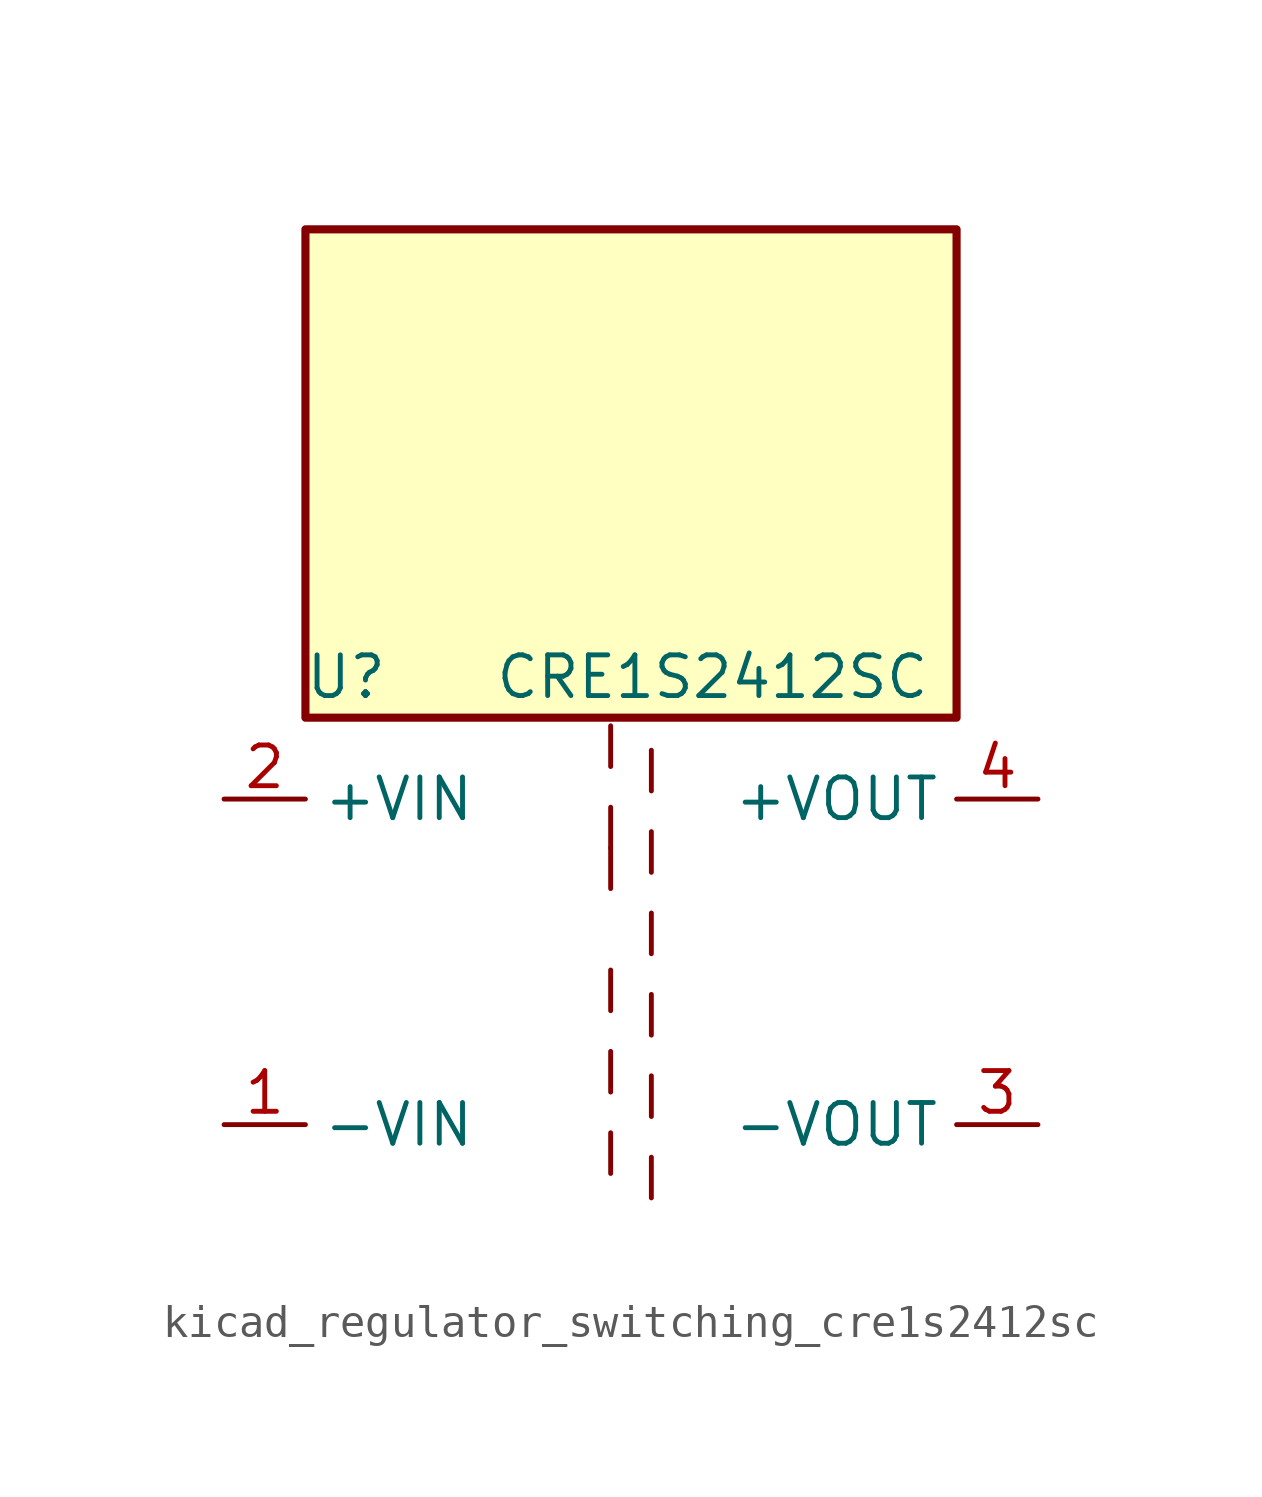
<source format=kicad_sym>
(kicad_symbol_lib
  (version 20220914)
  (generator kicad_symbol_editor)
  (symbol "kicad_regulator_switching_cre1s2412sc"
    (property "Reference" "U"
      (at -8.89 8.89 0)
      (effects (font (size 1.27 1.27))))
    (property "Value" "CRE1S2412SC"
      (at 2.54 8.89 0)
      (effects (font (size 1.27 1.27))))
    (symbol "kicad_regulator_switching_cre1s2412sc_0_1"
      (polyline (pts (xy -0.635 -5.334) (xy -0.635 -6.604)) (stroke (width 0) (type default)) (fill (type none)))
      (polyline (pts (xy -0.635 -2.794) (xy -0.635 -4.064)) (stroke (width 0) (type default)) (fill (type none)))
      (polyline (pts (xy -0.635 -0.254) (xy -0.635 -1.524)) (stroke (width 0) (type default)) (fill (type none)))
      (polyline (pts (xy -0.635 2.286) (xy -0.635 3.556)) (stroke (width 0) (type default)) (fill (type none)))
      (polyline (pts (xy -0.635 4.826) (xy -0.635 3.556)) (stroke (width 0) (type default)) (fill (type none)))
      (polyline (pts (xy -0.635 7.366) (xy -0.635 6.096)) (stroke (width 0) (type default)) (fill (type none)))
      (polyline (pts (xy 0.635 -7.366) (xy 0.635 -6.096)) (stroke (width 0) (type default)) (fill (type none)))
      (polyline (pts (xy 0.635 -4.826) (xy 0.635 -3.556)) (stroke (width 0) (type default)) (fill (type none)))
      (polyline (pts (xy 0.635 -2.286) (xy 0.635 -1.016)) (stroke (width 0) (type default)) (fill (type none)))
      (polyline (pts (xy 0.635 0.254) (xy 0.635 1.524)) (stroke (width 0) (type default)) (fill (type none)))
      (polyline (pts (xy 0.635 2.794) (xy 0.635 4.064)) (stroke (width 0) (type default)) (fill (type none)))
      (polyline (pts (xy 0.635 5.334) (xy 0.635 6.604)) (stroke (width 0) (type default)) (fill (type none)))
      (rectangle (start 10.16 22.86) (end -10.16 7.62) (stroke (width 0.254) (type default)) (fill (type background))))
    (symbol "kicad_regulator_switching_cre1s2412sc_1_1"
      (pin power_in line (at -12.7 -5.08 0) (length 2.54) (name "-VIN" (effects (font (size 1.27 1.27)))) (number "1" (effects (font (size 1.27 1.27)))))
      (pin power_in line (at -12.7 5.08 0) (length 2.54) (name "+VIN" (effects (font (size 1.27 1.27)))) (number "2" (effects (font (size 1.27 1.27)))))
      (pin power_out line (at 12.7 -5.08 180) (length 2.54) (name "-VOUT" (effects (font (size 1.27 1.27)))) (number "3" (effects (font (size 1.27 1.27)))))
      (pin power_out line (at 12.7 5.08 180) (length 2.54) (name "+VOUT" (effects (font (size 1.27 1.27)))) (number "4" (effects (font (size 1.27 1.27))))))))
</source>
